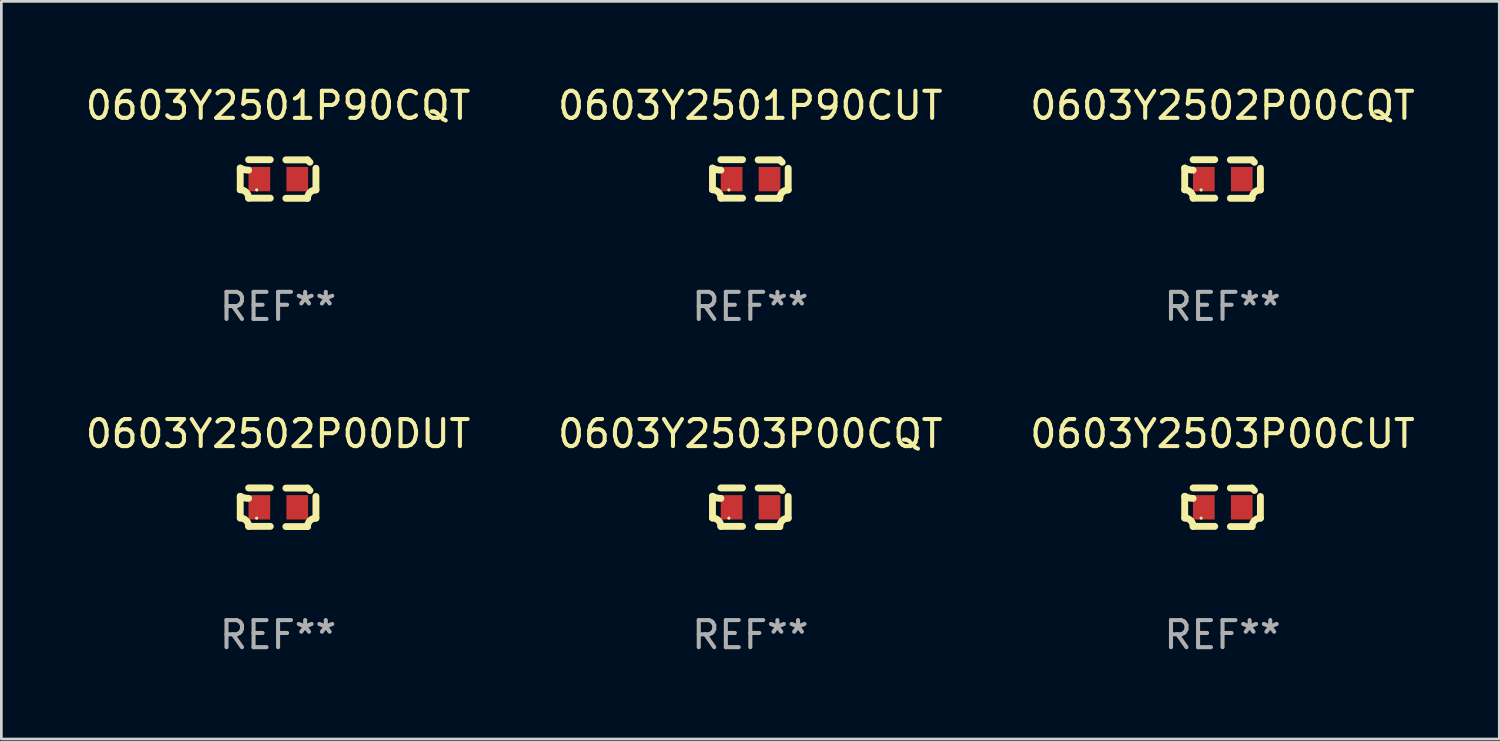
<source format=kicad_pcb>
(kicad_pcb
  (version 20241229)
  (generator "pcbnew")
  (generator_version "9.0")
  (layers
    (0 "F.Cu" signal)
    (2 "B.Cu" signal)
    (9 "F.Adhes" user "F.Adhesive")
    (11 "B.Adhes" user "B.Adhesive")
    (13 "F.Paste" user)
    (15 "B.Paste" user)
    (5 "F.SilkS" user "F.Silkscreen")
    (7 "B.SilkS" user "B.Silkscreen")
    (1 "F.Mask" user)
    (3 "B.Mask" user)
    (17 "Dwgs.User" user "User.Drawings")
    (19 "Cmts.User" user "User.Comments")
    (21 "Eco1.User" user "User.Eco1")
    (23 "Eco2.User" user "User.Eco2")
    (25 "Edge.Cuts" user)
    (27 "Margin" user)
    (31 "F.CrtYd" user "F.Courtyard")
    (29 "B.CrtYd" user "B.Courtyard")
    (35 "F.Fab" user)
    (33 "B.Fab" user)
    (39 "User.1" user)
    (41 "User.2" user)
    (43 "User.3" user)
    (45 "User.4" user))
  (footprint "0603Y2501P90CQT"
    (layer "F.Cu")
    (at 7.22 3.561)
    (property "Reference" "0603Y2501P90CQT" (at 0 -2.713 0) (layer "F.SilkS") (effects (font (size 1 1) (thickness 0.15))))
    (attr through_hole)
    (fp_line (start -1.398 -0.403) (end -1.398 0.397) (stroke (width 0.254) (type solid)) (layer "F.SilkS"))
    (fp_line (start -0.288 -0.713) (end -1.088 -0.713) (stroke (width 0.254) (type solid)) (layer "F.SilkS"))
    (fp_line (start -0.288 0.707) (end -1.088 0.707) (stroke (width 0.254) (type solid)) (layer "F.SilkS"))
    (fp_line (start 0.288 -0.707) (end 1.088 -0.707) (stroke (width 0.254) (type solid)) (layer "F.SilkS"))
    (fp_line (start 0.288 0.713) (end 1.088 0.713) (stroke (width 0.254) (type solid)) (layer "F.SilkS"))
    (fp_line (start 1.398 -0.397) (end 1.398 0.403) (stroke (width 0.254) (type solid)) (layer "F.SilkS"))
    (fp_arc (start -1.397789 0.397066) (mid -1.178701 0.487826) (end -1.08796 0.706922) (stroke (width 0.254001) (type solid)) (layer "F.SilkS"))
    (fp_arc (start -1.08796 -0.327176) (mid -1.247436 -0.346384) (end -1.39779 -0.402908) (stroke (width 0.254001) (type solid)) (layer "F.SilkS"))
    (fp_arc (start 1.087909 0.712738) (mid 1.178656 0.493655) (end 1.397739 0.402908) (stroke (width 0.254001) (type solid)) (layer "F.SilkS"))
    (fp_arc (start 1.175925 -0.618926) (mid 1.131917 -0.662923) (end 1.08791 -0.706922) (stroke (width 0.254001) (type solid)) (layer "F.SilkS"))
    (fp_circle (center -0.792 0.403) (end -0.762 0.403) (stroke (width 0.06) (type solid)) (fill no) (layer "F.SilkS"))
    (fp_text user "REF**" (at 0 4.713 0) (layer "F.Fab") (effects (font (size 1 1) (thickness 0.15))))
    (pad "1" smd rect (at -0.692 0.003) (size 0.8 0.9) (layers "F.Cu" "F.Mask" "F.Paste"))
    (pad "2" smd rect (at 0.708 0.003) (size 0.8 0.9) (layers "F.Cu" "F.Mask" "F.Paste")))
  (footprint "0603Y2503P00CUT"
    (layer "F.Cu")
    (at 42.101 15.683)
    (property "Reference" "0603Y2503P00CUT" (at 0 -2.713 0) (layer "F.SilkS") (effects (font (size 1 1) (thickness 0.15))))
    (attr through_hole)
    (fp_line (start -1.398 -0.403) (end -1.398 0.397) (stroke (width 0.254) (type solid)) (layer "F.SilkS"))
    (fp_line (start -0.288 -0.713) (end -1.088 -0.713) (stroke (width 0.254) (type solid)) (layer "F.SilkS"))
    (fp_line (start -0.288 0.707) (end -1.088 0.707) (stroke (width 0.254) (type solid)) (layer "F.SilkS"))
    (fp_line (start 0.288 -0.707) (end 1.088 -0.707) (stroke (width 0.254) (type solid)) (layer "F.SilkS"))
    (fp_line (start 0.288 0.713) (end 1.088 0.713) (stroke (width 0.254) (type solid)) (layer "F.SilkS"))
    (fp_line (start 1.398 -0.397) (end 1.398 0.403) (stroke (width 0.254) (type solid)) (layer "F.SilkS"))
    (fp_arc (start -1.397789 0.397066) (mid -1.178701 0.487826) (end -1.08796 0.706922) (stroke (width 0.254001) (type solid)) (layer "F.SilkS"))
    (fp_arc (start -1.08796 -0.327176) (mid -1.247436 -0.346384) (end -1.39779 -0.402908) (stroke (width 0.254001) (type solid)) (layer "F.SilkS"))
    (fp_arc (start 1.087909 0.712738) (mid 1.178656 0.493655) (end 1.397739 0.402908) (stroke (width 0.254001) (type solid)) (layer "F.SilkS"))
    (fp_arc (start 1.175925 -0.618926) (mid 1.131917 -0.662923) (end 1.08791 -0.706922) (stroke (width 0.254001) (type solid)) (layer "F.SilkS"))
    (fp_circle (center -0.792 0.403) (end -0.762 0.403) (stroke (width 0.06) (type solid)) (fill no) (layer "F.SilkS"))
    (fp_text user "REF**" (at 0 4.713 0) (layer "F.Fab") (effects (font (size 1 1) (thickness 0.15))))
    (pad "1" smd rect (at -0.692 0.003) (size 0.8 0.9) (layers "F.Cu" "F.Mask" "F.Paste"))
    (pad "2" smd rect (at 0.708 0.003) (size 0.8 0.9) (layers "F.Cu" "F.Mask" "F.Paste")))
  (footprint "0603Y2503P00CQT"
    (layer "F.Cu")
    (at 24.661 15.683)
    (property "Reference" "0603Y2503P00CQT" (at 0 -2.713 0) (layer "F.SilkS") (effects (font (size 1 1) (thickness 0.15))))
    (attr through_hole)
    (fp_line (start -1.398 -0.403) (end -1.398 0.397) (stroke (width 0.254) (type solid)) (layer "F.SilkS"))
    (fp_line (start -0.288 -0.713) (end -1.088 -0.713) (stroke (width 0.254) (type solid)) (layer "F.SilkS"))
    (fp_line (start -0.288 0.707) (end -1.088 0.707) (stroke (width 0.254) (type solid)) (layer "F.SilkS"))
    (fp_line (start 0.288 -0.707) (end 1.088 -0.707) (stroke (width 0.254) (type solid)) (layer "F.SilkS"))
    (fp_line (start 0.288 0.713) (end 1.088 0.713) (stroke (width 0.254) (type solid)) (layer "F.SilkS"))
    (fp_line (start 1.398 -0.397) (end 1.398 0.403) (stroke (width 0.254) (type solid)) (layer "F.SilkS"))
    (fp_arc (start -1.397789 0.397066) (mid -1.178701 0.487826) (end -1.08796 0.706922) (stroke (width 0.254001) (type solid)) (layer "F.SilkS"))
    (fp_arc (start -1.08796 -0.327176) (mid -1.247436 -0.346384) (end -1.39779 -0.402908) (stroke (width 0.254001) (type solid)) (layer "F.SilkS"))
    (fp_arc (start 1.087909 0.712738) (mid 1.178656 0.493655) (end 1.397739 0.402908) (stroke (width 0.254001) (type solid)) (layer "F.SilkS"))
    (fp_arc (start 1.175925 -0.618926) (mid 1.131917 -0.662923) (end 1.08791 -0.706922) (stroke (width 0.254001) (type solid)) (layer "F.SilkS"))
    (fp_circle (center -0.792 0.403) (end -0.762 0.403) (stroke (width 0.06) (type solid)) (fill no) (layer "F.SilkS"))
    (fp_text user "REF**" (at 0 4.713 0) (layer "F.Fab") (effects (font (size 1 1) (thickness 0.15))))
    (pad "1" smd rect (at -0.692 0.003) (size 0.8 0.9) (layers "F.Cu" "F.Mask" "F.Paste"))
    (pad "2" smd rect (at 0.708 0.003) (size 0.8 0.9) (layers "F.Cu" "F.Mask" "F.Paste")))
  (footprint "0603Y2502P00CQT"
    (layer "F.Cu")
    (at 42.101 3.561)
    (property "Reference" "0603Y2502P00CQT" (at 0 -2.713 0) (layer "F.SilkS") (effects (font (size 1 1) (thickness 0.15))))
    (attr through_hole)
    (fp_line (start -1.398 -0.403) (end -1.398 0.397) (stroke (width 0.254) (type solid)) (layer "F.SilkS"))
    (fp_line (start -0.288 -0.713) (end -1.088 -0.713) (stroke (width 0.254) (type solid)) (layer "F.SilkS"))
    (fp_line (start -0.288 0.707) (end -1.088 0.707) (stroke (width 0.254) (type solid)) (layer "F.SilkS"))
    (fp_line (start 0.288 -0.707) (end 1.088 -0.707) (stroke (width 0.254) (type solid)) (layer "F.SilkS"))
    (fp_line (start 0.288 0.713) (end 1.088 0.713) (stroke (width 0.254) (type solid)) (layer "F.SilkS"))
    (fp_line (start 1.398 -0.397) (end 1.398 0.403) (stroke (width 0.254) (type solid)) (layer "F.SilkS"))
    (fp_arc (start -1.397789 0.397066) (mid -1.178701 0.487826) (end -1.08796 0.706922) (stroke (width 0.254001) (type solid)) (layer "F.SilkS"))
    (fp_arc (start -1.08796 -0.327176) (mid -1.247436 -0.346384) (end -1.39779 -0.402908) (stroke (width 0.254001) (type solid)) (layer "F.SilkS"))
    (fp_arc (start 1.087909 0.712738) (mid 1.178656 0.493655) (end 1.397739 0.402908) (stroke (width 0.254001) (type solid)) (layer "F.SilkS"))
    (fp_arc (start 1.175925 -0.618926) (mid 1.131917 -0.662923) (end 1.08791 -0.706922) (stroke (width 0.254001) (type solid)) (layer "F.SilkS"))
    (fp_circle (center -0.792 0.403) (end -0.762 0.403) (stroke (width 0.06) (type solid)) (fill no) (layer "F.SilkS"))
    (fp_text user "REF**" (at 0 4.713 0) (layer "F.Fab") (effects (font (size 1 1) (thickness 0.15))))
    (pad "1" smd rect (at -0.692 0.003) (size 0.8 0.9) (layers "F.Cu" "F.Mask" "F.Paste"))
    (pad "2" smd rect (at 0.708 0.003) (size 0.8 0.9) (layers "F.Cu" "F.Mask" "F.Paste")))
  (footprint "0603Y2501P90CUT"
    (layer "F.Cu")
    (at 24.661 3.561)
    (property "Reference" "0603Y2501P90CUT" (at 0 -2.713 0) (layer "F.SilkS") (effects (font (size 1 1) (thickness 0.15))))
    (attr through_hole)
    (fp_line (start -1.398 -0.403) (end -1.398 0.397) (stroke (width 0.254) (type solid)) (layer "F.SilkS"))
    (fp_line (start -0.288 -0.713) (end -1.088 -0.713) (stroke (width 0.254) (type solid)) (layer "F.SilkS"))
    (fp_line (start -0.288 0.707) (end -1.088 0.707) (stroke (width 0.254) (type solid)) (layer "F.SilkS"))
    (fp_line (start 0.288 -0.707) (end 1.088 -0.707) (stroke (width 0.254) (type solid)) (layer "F.SilkS"))
    (fp_line (start 0.288 0.713) (end 1.088 0.713) (stroke (width 0.254) (type solid)) (layer "F.SilkS"))
    (fp_line (start 1.398 -0.397) (end 1.398 0.403) (stroke (width 0.254) (type solid)) (layer "F.SilkS"))
    (fp_arc (start -1.397789 0.397066) (mid -1.178701 0.487826) (end -1.08796 0.706922) (stroke (width 0.254001) (type solid)) (layer "F.SilkS"))
    (fp_arc (start -1.08796 -0.327176) (mid -1.247436 -0.346384) (end -1.39779 -0.402908) (stroke (width 0.254001) (type solid)) (layer "F.SilkS"))
    (fp_arc (start 1.087909 0.712738) (mid 1.178656 0.493655) (end 1.397739 0.402908) (stroke (width 0.254001) (type solid)) (layer "F.SilkS"))
    (fp_arc (start 1.175925 -0.618926) (mid 1.131917 -0.662923) (end 1.08791 -0.706922) (stroke (width 0.254001) (type solid)) (layer "F.SilkS"))
    (fp_circle (center -0.792 0.403) (end -0.762 0.403) (stroke (width 0.06) (type solid)) (fill no) (layer "F.SilkS"))
    (fp_text user "REF**" (at 0 4.713 0) (layer "F.Fab") (effects (font (size 1 1) (thickness 0.15))))
    (pad "1" smd rect (at -0.692 0.003) (size 0.8 0.9) (layers "F.Cu" "F.Mask" "F.Paste"))
    (pad "2" smd rect (at 0.708 0.003) (size 0.8 0.9) (layers "F.Cu" "F.Mask" "F.Paste")))
  (footprint "0603Y2502P00DUT"
    (layer "F.Cu")
    (at 7.22 15.683)
    (property "Reference" "0603Y2502P00DUT" (at 0 -2.713 0) (layer "F.SilkS") (effects (font (size 1 1) (thickness 0.15))))
    (attr through_hole)
    (fp_line (start -1.398 -0.403) (end -1.398 0.397) (stroke (width 0.254) (type solid)) (layer "F.SilkS"))
    (fp_line (start -0.288 -0.713) (end -1.088 -0.713) (stroke (width 0.254) (type solid)) (layer "F.SilkS"))
    (fp_line (start -0.288 0.707) (end -1.088 0.707) (stroke (width 0.254) (type solid)) (layer "F.SilkS"))
    (fp_line (start 0.288 -0.707) (end 1.088 -0.707) (stroke (width 0.254) (type solid)) (layer "F.SilkS"))
    (fp_line (start 0.288 0.713) (end 1.088 0.713) (stroke (width 0.254) (type solid)) (layer "F.SilkS"))
    (fp_line (start 1.398 -0.397) (end 1.398 0.403) (stroke (width 0.254) (type solid)) (layer "F.SilkS"))
    (fp_arc (start -1.397789 0.397066) (mid -1.178701 0.487826) (end -1.08796 0.706922) (stroke (width 0.254001) (type solid)) (layer "F.SilkS"))
    (fp_arc (start -1.08796 -0.327176) (mid -1.247436 -0.346384) (end -1.39779 -0.402908) (stroke (width 0.254001) (type solid)) (layer "F.SilkS"))
    (fp_arc (start 1.087909 0.712738) (mid 1.178656 0.493655) (end 1.397739 0.402908) (stroke (width 0.254001) (type solid)) (layer "F.SilkS"))
    (fp_arc (start 1.175925 -0.618926) (mid 1.131917 -0.662923) (end 1.08791 -0.706922) (stroke (width 0.254001) (type solid)) (layer "F.SilkS"))
    (fp_circle (center -0.792 0.403) (end -0.762 0.403) (stroke (width 0.06) (type solid)) (fill no) (layer "F.SilkS"))
    (fp_text user "REF**" (at 0 4.713 0) (layer "F.Fab") (effects (font (size 1 1) (thickness 0.15))))
    (pad "1" smd rect (at -0.692 0.003) (size 0.8 0.9) (layers "F.Cu" "F.Mask" "F.Paste"))
    (pad "2" smd rect (at 0.708 0.003) (size 0.8 0.9) (layers "F.Cu" "F.Mask" "F.Paste")))
  (gr_rect
    (start -3 -3)
    (end 52.321 24.244)
    (stroke (width 0.1) (type default))
    (fill no)
    (layer "Edge.Cuts")))
</source>
